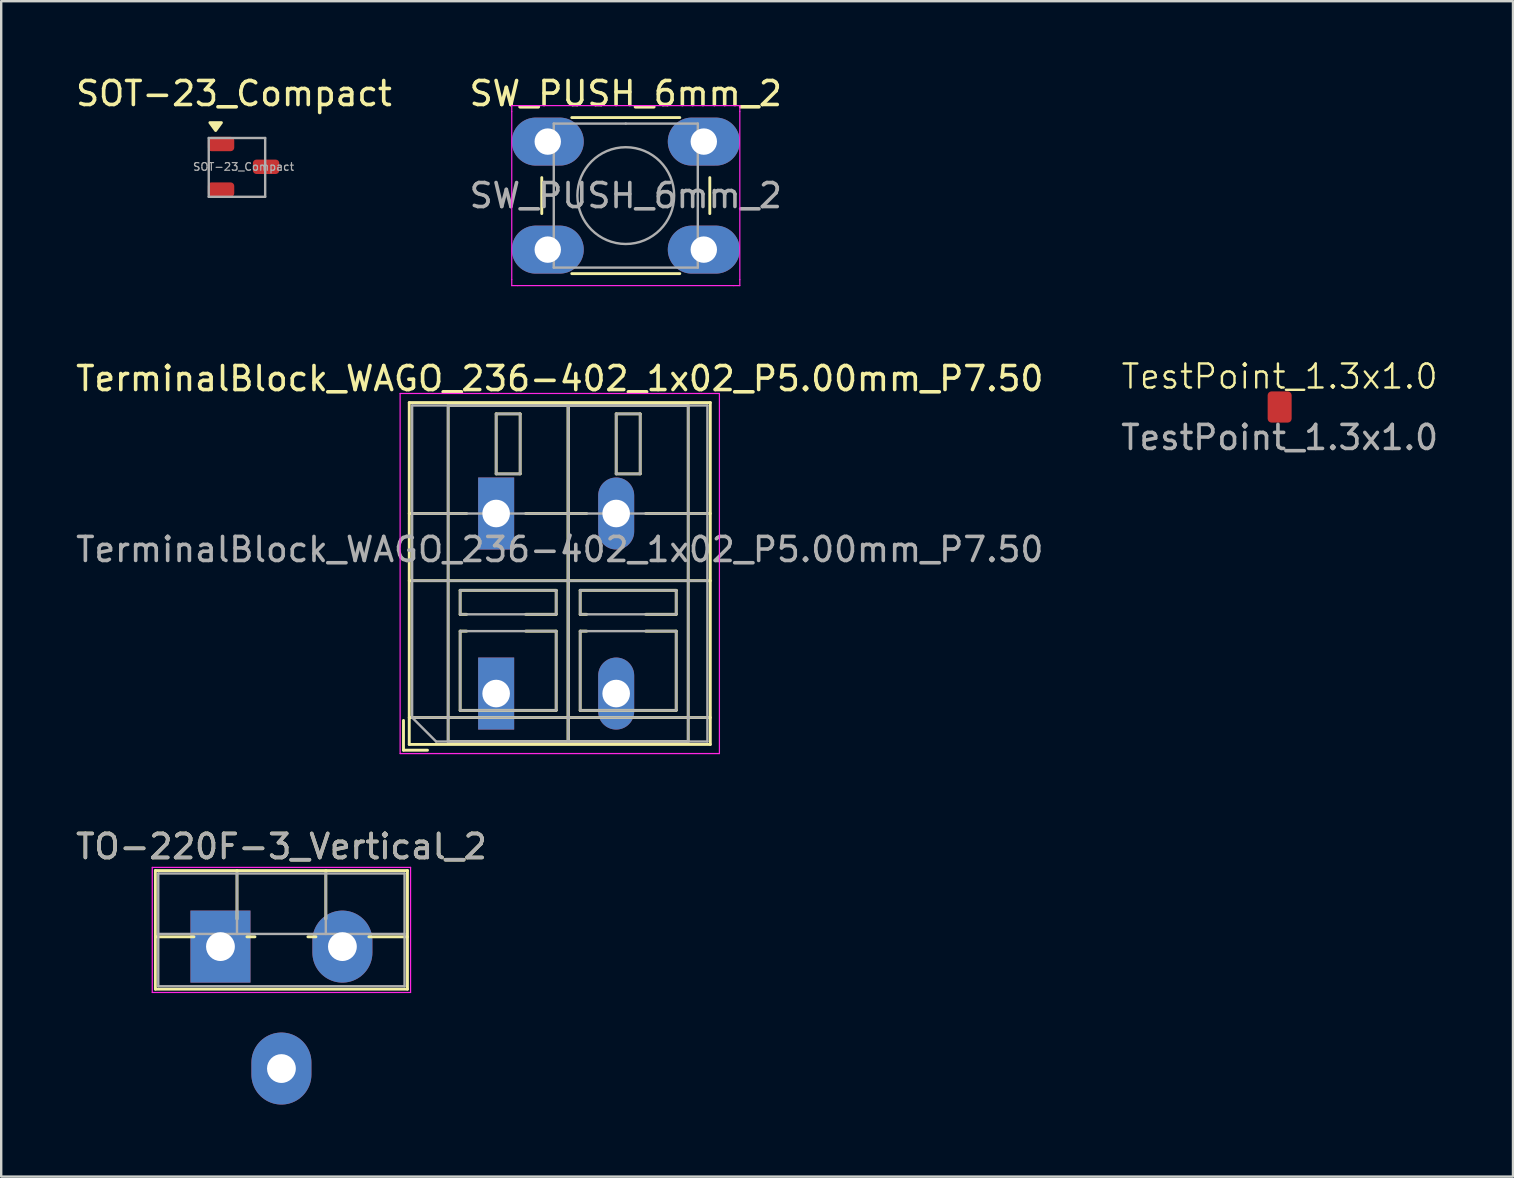
<source format=kicad_pcb>
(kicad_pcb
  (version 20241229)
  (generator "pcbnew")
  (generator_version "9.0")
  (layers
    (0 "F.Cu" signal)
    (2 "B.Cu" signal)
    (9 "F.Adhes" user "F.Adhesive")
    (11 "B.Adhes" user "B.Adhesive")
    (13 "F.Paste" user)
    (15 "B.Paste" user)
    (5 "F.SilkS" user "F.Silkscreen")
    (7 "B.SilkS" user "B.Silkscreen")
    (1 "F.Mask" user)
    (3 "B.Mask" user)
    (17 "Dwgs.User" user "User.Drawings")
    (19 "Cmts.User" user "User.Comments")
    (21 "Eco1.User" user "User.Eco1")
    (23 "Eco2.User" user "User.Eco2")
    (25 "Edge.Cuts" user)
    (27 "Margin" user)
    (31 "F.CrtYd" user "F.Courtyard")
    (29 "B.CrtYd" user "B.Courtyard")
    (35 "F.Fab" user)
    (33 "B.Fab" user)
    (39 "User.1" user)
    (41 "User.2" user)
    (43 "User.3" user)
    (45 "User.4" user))
  (footprint "TestPoint_1.3x1.0"
    (layer "F.Cu")
    (at 50.256 13.904)
    (property "Reference" "TestPoint_1.3x1.0" (at 0 -1.27 0) (unlocked yes) (layer "F.SilkS") (effects (font (size 1 1) (thickness 0.1))))
    (attr smd)
    (fp_text user "${REFERENCE}" (at 0 1.27 0) (unlocked yes) (layer "F.Fab") (effects (font (size 1 1) (thickness 0.15))))
    (pad "1" smd roundrect (at 0 0) (size 1 1.3) (layers "F.Cu" "F.Mask" "F.Paste") (roundrect_rratio 0.164)))
  (footprint "SW_PUSH_6mm_2"
    (layer "F.Cu")
    (at 19.768 2.848)
    (property "Reference" "SW_PUSH_6mm_2" (at 3.25 -2 0) (layer "F.SilkS") (effects (font (size 1 1) (thickness 0.15))))
    (attr through_hole)
    (fp_line (start -0.25 1.5) (end -0.25 3) (stroke (width 0.12) (type solid)) (layer "F.SilkS"))
    (fp_line (start 1 5.5) (end 5.5 5.5) (stroke (width 0.12) (type solid)) (layer "F.SilkS"))
    (fp_line (start 5.5 -1) (end 1 -1) (stroke (width 0.12) (type solid)) (layer "F.SilkS"))
    (fp_line (start 6.75 3) (end 6.75 1.5) (stroke (width 0.12) (type solid)) (layer "F.SilkS"))
    (fp_line (start -1.5 -1.5) (end -1.25 -1.5) (stroke (width 0.05) (type solid)) (layer "F.CrtYd"))
    (fp_line (start -1.5 -1.25) (end -1.5 -1.5) (stroke (width 0.05) (type solid)) (layer "F.CrtYd"))
    (fp_line (start -1.5 5.75) (end -1.5 -1.25) (stroke (width 0.05) (type solid)) (layer "F.CrtYd"))
    (fp_line (start -1.5 5.75) (end -1.5 6) (stroke (width 0.05) (type solid)) (layer "F.CrtYd"))
    (fp_line (start -1.5 6) (end -1.25 6) (stroke (width 0.05) (type solid)) (layer "F.CrtYd"))
    (fp_line (start -1.25 -1.5) (end 7.75 -1.5) (stroke (width 0.05) (type solid)) (layer "F.CrtYd"))
    (fp_line (start 7.75 -1.5) (end 8 -1.5) (stroke (width 0.05) (type solid)) (layer "F.CrtYd"))
    (fp_line (start 7.75 6) (end -1.25 6) (stroke (width 0.05) (type solid)) (layer "F.CrtYd"))
    (fp_line (start 7.75 6) (end 8 6) (stroke (width 0.05) (type solid)) (layer "F.CrtYd"))
    (fp_line (start 8 -1.5) (end 8 -1.25) (stroke (width 0.05) (type solid)) (layer "F.CrtYd"))
    (fp_line (start 8 -1.25) (end 8 5.75) (stroke (width 0.05) (type solid)) (layer "F.CrtYd"))
    (fp_line (start 8 6) (end 8 5.75) (stroke (width 0.05) (type solid)) (layer "F.CrtYd"))
    (fp_line (start 0.25 -0.75) (end 3.25 -0.75) (stroke (width 0.1) (type solid)) (layer "F.Fab"))
    (fp_line (start 0.25 5.25) (end 0.25 -0.75) (stroke (width 0.1) (type solid)) (layer "F.Fab"))
    (fp_line (start 3.25 -0.75) (end 6.25 -0.75) (stroke (width 0.1) (type solid)) (layer "F.Fab"))
    (fp_line (start 6.25 -0.75) (end 6.25 5.25) (stroke (width 0.1) (type solid)) (layer "F.Fab"))
    (fp_line (start 6.25 5.25) (end 0.25 5.25) (stroke (width 0.1) (type solid)) (layer "F.Fab"))
    (fp_circle (center 3.25 2.25) (end 1.25 2.5) (stroke (width 0.1) (type solid)) (fill no) (layer "F.Fab"))
    (fp_text user "${REFERENCE}" (at 3.25 2.25 0) (layer "F.Fab") (effects (font (size 1 1) (thickness 0.15))))
    (pad "1" thru_hole oval (at 0 0 90) (size 2 3) (drill 1.1) (layers "*.Cu" "*.Mask"))
    (pad "1" thru_hole oval (at 6.5 0 90) (size 2 3) (drill 1.1) (layers "*.Cu" "*.Mask"))
    (pad "2" thru_hole oval (at 0 4.5 90) (size 2 3) (drill 1.1) (layers "*.Cu" "*.Mask"))
    (pad "2" thru_hole oval (at 6.5 4.5 90) (size 2 3) (drill 1.1) (layers "*.Cu" "*.Mask")))
  (footprint "TO-220F-3_Vertical_2"
    (layer "F.Cu")
    (at 6.133 36.382)
    (property "Reference" "TO-220F-3_Vertical_2" (at 2.54 -4.168 0) (layer "F.SilkS") (effects (font (size 1 1) (thickness 0.15))))
    (attr through_hole)
    (fp_line (start -2.71 -3.168) (end -2.71 1.773) (stroke (width 0.12) (type solid)) (layer "F.SilkS"))
    (fp_line (start -2.71 -3.168) (end 7.79 -3.168) (stroke (width 0.12) (type solid)) (layer "F.SilkS"))
    (fp_line (start -2.71 -0.408) (end -1.103 -0.408) (stroke (width 0.12) (type solid)) (layer "F.SilkS"))
    (fp_line (start -2.71 1.773) (end 7.79 1.773) (stroke (width 0.12) (type solid)) (layer "F.SilkS"))
    (fp_line (start 0.69 -3.168) (end 0.69 -1.15) (stroke (width 0.12) (type solid)) (layer "F.SilkS"))
    (fp_line (start 1.103 -0.408) (end 1.438 -0.408) (stroke (width 0.12) (type solid)) (layer "F.SilkS"))
    (fp_line (start 3.643 -0.408) (end 3.978 -0.408) (stroke (width 0.12) (type solid)) (layer "F.SilkS"))
    (fp_line (start 4.391 -3.168) (end 4.391 -1.15) (stroke (width 0.12) (type solid)) (layer "F.SilkS"))
    (fp_line (start 6.183 -0.408) (end 7.79 -0.408) (stroke (width 0.12) (type solid)) (layer "F.SilkS"))
    (fp_line (start 7.79 -3.168) (end 7.79 1.773) (stroke (width 0.12) (type solid)) (layer "F.SilkS"))
    (fp_line (start -2.84 -3.3) (end -2.84 1.91) (stroke (width 0.05) (type solid)) (layer "F.CrtYd"))
    (fp_line (start -2.84 1.91) (end 7.92 1.91) (stroke (width 0.05) (type solid)) (layer "F.CrtYd"))
    (fp_line (start 7.92 -3.3) (end -2.84 -3.3) (stroke (width 0.05) (type solid)) (layer "F.CrtYd"))
    (fp_line (start 7.92 1.91) (end 7.92 -3.3) (stroke (width 0.05) (type solid)) (layer "F.CrtYd"))
    (fp_line (start -2.59 -3.047) (end -2.59 1.653) (stroke (width 0.1) (type solid)) (layer "F.Fab"))
    (fp_line (start -2.59 -0.527) (end 7.67 -0.527) (stroke (width 0.1) (type solid)) (layer "F.Fab"))
    (fp_line (start -2.59 1.653) (end 7.67 1.653) (stroke (width 0.1) (type solid)) (layer "F.Fab"))
    (fp_line (start 0.69 -3.047) (end 0.69 -0.527) (stroke (width 0.1) (type solid)) (layer "F.Fab"))
    (fp_line (start 4.39 -3.047) (end 4.39 -0.527) (stroke (width 0.1) (type solid)) (layer "F.Fab"))
    (fp_line (start 7.67 -3.047) (end -2.59 -3.047) (stroke (width 0.1) (type solid)) (layer "F.Fab"))
    (fp_line (start 7.67 1.653) (end 7.67 -3.047) (stroke (width 0.1) (type solid)) (layer "F.Fab"))
    (fp_text user "${REFERENCE}" (at 2.54 -4.168 0) (layer "F.Fab") (effects (font (size 1 1) (thickness 0.15))))
    (pad "1" thru_hole rect (at 0 0) (size 2.5 3) (drill 1.2) (layers "*.Cu" "*.Mask"))
    (pad "2" thru_hole oval (at 2.54 5.08) (size 2.5 3) (drill 1.2) (layers "*.Cu" "*.Mask"))
    (pad "3" thru_hole oval (at 5.08 0) (size 2.5 3) (drill 1.2) (layers "*.Cu" "*.Mask")))
  (footprint "TerminalBlock_WAGO_236-402_1x02_P5.00mm_P7.50"
    (layer "F.Cu")
    (at 17.618 25.841)
    (property "Reference" "TerminalBlock_WAGO_236-402_1x02_P5.00mm_P7.50" (at 2.65 -13.12 0) (layer "F.SilkS") (effects (font (size 1 1) (thickness 0.15))))
    (attr through_hole)
    (fp_line (start -3.86 1.12) (end -3.86 2.36) (stroke (width 0.12) (type solid)) (layer "F.SilkS"))
    (fp_line (start -3.86 2.36) (end -2.86 2.36) (stroke (width 0.12) (type solid)) (layer "F.SilkS"))
    (fp_line (start -3.62 -12.12) (end -3.62 2.12) (stroke (width 0.12) (type solid)) (layer "F.SilkS"))
    (fp_line (start -3.62 -12.12) (end 8.921 -12.12) (stroke (width 0.12) (type solid)) (layer "F.SilkS"))
    (fp_line (start -3.62 -7.5) (end -1.23 -7.5) (stroke (width 0.12) (type solid)) (layer "F.SilkS"))
    (fp_line (start -3.62 -4.7) (end 8.921 -4.7) (stroke (width 0.12) (type solid)) (layer "F.SilkS"))
    (fp_line (start -3.62 1) (end 8.921 1) (stroke (width 0.12) (type solid)) (layer "F.SilkS"))
    (fp_line (start -3.62 2.12) (end 8.921 2.12) (stroke (width 0.12) (type solid)) (layer "F.SilkS"))
    (fp_line (start -2 -12) (end -2 2) (stroke (width 0.12) (type solid)) (layer "F.SilkS"))
    (fp_line (start -2 -12) (end 3 -12) (stroke (width 0.12) (type solid)) (layer "F.SilkS"))
    (fp_line (start -2 2) (end 3 2) (stroke (width 0.12) (type solid)) (layer "F.SilkS"))
    (fp_line (start -1.5 -4.3) (end -1.5 -3.3) (stroke (width 0.12) (type solid)) (layer "F.SilkS"))
    (fp_line (start -1.5 -4.3) (end 2.5 -4.3) (stroke (width 0.12) (type solid)) (layer "F.SilkS"))
    (fp_line (start -1.5 -3.3) (end -1.23 -3.3) (stroke (width 0.12) (type solid)) (layer "F.SilkS"))
    (fp_line (start -1.5 -2.6) (end -1.5 0.7) (stroke (width 0.12) (type solid)) (layer "F.SilkS"))
    (fp_line (start -1.5 -2.6) (end -1.23 -2.6) (stroke (width 0.12) (type solid)) (layer "F.SilkS"))
    (fp_line (start -1.5 0.7) (end 2.5 0.7) (stroke (width 0.12) (type solid)) (layer "F.SilkS"))
    (fp_line (start 0 -11.65) (end 0 -9.151) (stroke (width 0.12) (type solid)) (layer "F.SilkS"))
    (fp_line (start 0 -11.65) (end 1 -11.65) (stroke (width 0.12) (type solid)) (layer "F.SilkS"))
    (fp_line (start 0 -9.151) (end 1 -9.151) (stroke (width 0.12) (type solid)) (layer "F.SilkS"))
    (fp_line (start 1 -11.65) (end 1 -9.151) (stroke (width 0.12) (type solid)) (layer "F.SilkS"))
    (fp_line (start 1.23 -7.5) (end 3.77 -7.5) (stroke (width 0.12) (type solid)) (layer "F.SilkS"))
    (fp_line (start 1.23 -3.3) (end 2.5 -3.3) (stroke (width 0.12) (type solid)) (layer "F.SilkS"))
    (fp_line (start 1.23 -2.6) (end 2.5 -2.6) (stroke (width 0.12) (type solid)) (layer "F.SilkS"))
    (fp_line (start 2.5 -4.3) (end 2.5 -3.3) (stroke (width 0.12) (type solid)) (layer "F.SilkS"))
    (fp_line (start 2.5 -2.6) (end 2.5 0.7) (stroke (width 0.12) (type solid)) (layer "F.SilkS"))
    (fp_line (start 3 -12) (end 3 2) (stroke (width 0.12) (type solid)) (layer "F.SilkS"))
    (fp_line (start 3 -12) (end 3 2) (stroke (width 0.12) (type solid)) (layer "F.SilkS"))
    (fp_line (start 3 -12) (end 8 -12) (stroke (width 0.12) (type solid)) (layer "F.SilkS"))
    (fp_line (start 3 2) (end 8 2) (stroke (width 0.12) (type solid)) (layer "F.SilkS"))
    (fp_line (start 3.5 -4.3) (end 3.5 -3.3) (stroke (width 0.12) (type solid)) (layer "F.SilkS"))
    (fp_line (start 3.5 -4.3) (end 7.5 -4.3) (stroke (width 0.12) (type solid)) (layer "F.SilkS"))
    (fp_line (start 3.5 -3.3) (end 3.77 -3.3) (stroke (width 0.12) (type solid)) (layer "F.SilkS"))
    (fp_line (start 3.5 -2.6) (end 3.5 0.7) (stroke (width 0.12) (type solid)) (layer "F.SilkS"))
    (fp_line (start 3.5 -2.6) (end 3.77 -2.6) (stroke (width 0.12) (type solid)) (layer "F.SilkS"))
    (fp_line (start 3.5 0.7) (end 7.5 0.7) (stroke (width 0.12) (type solid)) (layer "F.SilkS"))
    (fp_line (start 5 -11.65) (end 5 -9.151) (stroke (width 0.12) (type solid)) (layer "F.SilkS"))
    (fp_line (start 5 -11.65) (end 6 -11.65) (stroke (width 0.12) (type solid)) (layer "F.SilkS"))
    (fp_line (start 5 -9.151) (end 6 -9.151) (stroke (width 0.12) (type solid)) (layer "F.SilkS"))
    (fp_line (start 6 -11.65) (end 6 -9.151) (stroke (width 0.12) (type solid)) (layer "F.SilkS"))
    (fp_line (start 6.23 -7.5) (end 8.921 -7.5) (stroke (width 0.12) (type solid)) (layer "F.SilkS"))
    (fp_line (start 6.23 -3.3) (end 7.5 -3.3) (stroke (width 0.12) (type solid)) (layer "F.SilkS"))
    (fp_line (start 6.23 -2.6) (end 7.5 -2.6) (stroke (width 0.12) (type solid)) (layer "F.SilkS"))
    (fp_line (start 7.5 -4.3) (end 7.5 -3.3) (stroke (width 0.12) (type solid)) (layer "F.SilkS"))
    (fp_line (start 7.5 -2.6) (end 7.5 0.7) (stroke (width 0.12) (type solid)) (layer "F.SilkS"))
    (fp_line (start 8 -12) (end 8 2) (stroke (width 0.12) (type solid)) (layer "F.SilkS"))
    (fp_line (start 8.921 -12.12) (end 8.921 2.12) (stroke (width 0.12) (type solid)) (layer "F.SilkS"))
    (fp_line (start -4 -12.5) (end -4 2.5) (stroke (width 0.05) (type solid)) (layer "F.CrtYd"))
    (fp_line (start -4 2.5) (end 9.3 2.5) (stroke (width 0.05) (type solid)) (layer "F.CrtYd"))
    (fp_line (start 9.3 -12.5) (end -4 -12.5) (stroke (width 0.05) (type solid)) (layer "F.CrtYd"))
    (fp_line (start 9.3 2.5) (end 9.3 -12.5) (stroke (width 0.05) (type solid)) (layer "F.CrtYd"))
    (fp_line (start -3.5 -12) (end 8.8 -12) (stroke (width 0.1) (type solid)) (layer "F.Fab"))
    (fp_line (start -3.5 -7.5) (end 8.8 -7.5) (stroke (width 0.1) (type solid)) (layer "F.Fab"))
    (fp_line (start -3.5 -4.7) (end 8.8 -4.7) (stroke (width 0.1) (type solid)) (layer "F.Fab"))
    (fp_line (start -3.5 1) (end -3.5 -12) (stroke (width 0.1) (type solid)) (layer "F.Fab"))
    (fp_line (start -3.5 1) (end 8.8 1) (stroke (width 0.1) (type solid)) (layer "F.Fab"))
    (fp_line (start -2.5 2) (end -3.5 1) (stroke (width 0.1) (type solid)) (layer "F.Fab"))
    (fp_line (start -2 -12) (end -2 2) (stroke (width 0.1) (type solid)) (layer "F.Fab"))
    (fp_line (start -2 2) (end 3 2) (stroke (width 0.1) (type solid)) (layer "F.Fab"))
    (fp_line (start -1.5 -4.3) (end -1.5 -3.3) (stroke (width 0.1) (type solid)) (layer "F.Fab"))
    (fp_line (start -1.5 -3.3) (end 2.5 -3.3) (stroke (width 0.1) (type solid)) (layer "F.Fab"))
    (fp_line (start -1.5 -2.6) (end -1.5 0.7) (stroke (width 0.1) (type solid)) (layer "F.Fab"))
    (fp_line (start -1.5 0.7) (end 2.5 0.7) (stroke (width 0.1) (type solid)) (layer "F.Fab"))
    (fp_line (start 0 -11.65) (end 0 -9.15) (stroke (width 0.1) (type solid)) (layer "F.Fab"))
    (fp_line (start 0 -9.15) (end 1 -9.15) (stroke (width 0.1) (type solid)) (layer "F.Fab"))
    (fp_line (start 1 -11.65) (end 0 -11.65) (stroke (width 0.1) (type solid)) (layer "F.Fab"))
    (fp_line (start 1 -9.15) (end 1 -11.65) (stroke (width 0.1) (type solid)) (layer "F.Fab"))
    (fp_line (start 2.5 -4.3) (end -1.5 -4.3) (stroke (width 0.1) (type solid)) (layer "F.Fab"))
    (fp_line (start 2.5 -3.3) (end 2.5 -4.3) (stroke (width 0.1) (type solid)) (layer "F.Fab"))
    (fp_line (start 2.5 -2.6) (end -1.5 -2.6) (stroke (width 0.1) (type solid)) (layer "F.Fab"))
    (fp_line (start 2.5 0.7) (end 2.5 -2.6) (stroke (width 0.1) (type solid)) (layer "F.Fab"))
    (fp_line (start 3 -12) (end -2 -12) (stroke (width 0.1) (type solid)) (layer "F.Fab"))
    (fp_line (start 3 -12) (end 3 2) (stroke (width 0.1) (type solid)) (layer "F.Fab"))
    (fp_line (start 3 2) (end 3 -12) (stroke (width 0.1) (type solid)) (layer "F.Fab"))
    (fp_line (start 3 2) (end 8 2) (stroke (width 0.1) (type solid)) (layer "F.Fab"))
    (fp_line (start 3.5 -4.3) (end 3.5 -3.3) (stroke (width 0.1) (type solid)) (layer "F.Fab"))
    (fp_line (start 3.5 -3.3) (end 7.5 -3.3) (stroke (width 0.1) (type solid)) (layer "F.Fab"))
    (fp_line (start 3.5 -2.6) (end 3.5 0.7) (stroke (width 0.1) (type solid)) (layer "F.Fab"))
    (fp_line (start 3.5 0.7) (end 7.5 0.7) (stroke (width 0.1) (type solid)) (layer "F.Fab"))
    (fp_line (start 5 -11.65) (end 5 -9.15) (stroke (width 0.1) (type solid)) (layer "F.Fab"))
    (fp_line (start 5 -9.15) (end 6 -9.15) (stroke (width 0.1) (type solid)) (layer "F.Fab"))
    (fp_line (start 6 -11.65) (end 5 -11.65) (stroke (width 0.1) (type solid)) (layer "F.Fab"))
    (fp_line (start 6 -9.15) (end 6 -11.65) (stroke (width 0.1) (type solid)) (layer "F.Fab"))
    (fp_line (start 7.5 -4.3) (end 3.5 -4.3) (stroke (width 0.1) (type solid)) (layer "F.Fab"))
    (fp_line (start 7.5 -3.3) (end 7.5 -4.3) (stroke (width 0.1) (type solid)) (layer "F.Fab"))
    (fp_line (start 7.5 -2.6) (end 3.5 -2.6) (stroke (width 0.1) (type solid)) (layer "F.Fab"))
    (fp_line (start 7.5 0.7) (end 7.5 -2.6) (stroke (width 0.1) (type solid)) (layer "F.Fab"))
    (fp_line (start 8 -12) (end 3 -12) (stroke (width 0.1) (type solid)) (layer "F.Fab"))
    (fp_line (start 8 2) (end 8 -12) (stroke (width 0.1) (type solid)) (layer "F.Fab"))
    (fp_line (start 8.8 -12) (end 8.8 2) (stroke (width 0.1) (type solid)) (layer "F.Fab"))
    (fp_line (start 8.8 2) (end -2.5 2) (stroke (width 0.1) (type solid)) (layer "F.Fab"))
    (fp_text user "${REFERENCE}" (at 2.65 -6 0) (layer "F.Fab") (effects (font (size 1 1) (thickness 0.15))))
    (pad "1" thru_hole rect (at 0 -7.5) (size 1.5 3) (drill 1.15) (layers "*.Cu" "*.Mask"))
    (pad "1" thru_hole rect (at 0 0) (size 1.5 3) (drill 1.15) (layers "*.Cu" "*.Mask"))
    (pad "2" thru_hole oval (at 5 -7.5) (size 1.5 3) (drill 1.15) (layers "*.Cu" "*.Mask"))
    (pad "2" thru_hole oval (at 5 0) (size 1.5 3) (drill 1.15) (layers "*.Cu" "*.Mask")))
  (footprint "SOT-23_Compact"
    (layer "F.Cu")
    (at 7.096 3.898)
    (property "Reference" "SOT-23_Compact" (at -0.4 -3.05 0) (layer "F.SilkS") (effects (font (size 1 1) (thickness 0.15))))
    (attr smd)
    (fp_poly (pts (xy -1.163 -1.51) (xy -1.403 -1.84) (xy -0.922 -1.84) (xy -1.163 -1.51)) (stroke (width 0.12) (type solid)) (fill yes) (layer "F.SilkS"))
    (fp_line (start -1.45 -1.2) (end 0.9 -1.2) (stroke (width 0.1) (type solid)) (layer "F.Fab"))
    (fp_line (start -1.45 1.25) (end -1.45 -1.2) (stroke (width 0.1) (type solid)) (layer "F.Fab"))
    (fp_line (start 0.9 -1.2) (end 0.9 1.25) (stroke (width 0.1) (type solid)) (layer "F.Fab"))
    (fp_line (start 0.9 1.25) (end -1.45 1.25) (stroke (width 0.1) (type solid)) (layer "F.Fab"))
    (fp_text user "${REFERENCE}" (at 0 0 0) (layer "F.Fab") (effects (font (size 0.32 0.32) (thickness 0.05))))
    (pad "1" smd roundrect (at -0.938 -0.95) (size 1.1 0.6) (layers "F.Cu" "F.Mask" "F.Paste") (roundrect_rratio 0.25))
    (pad "2" smd roundrect (at -0.938 0.95) (size 1.1 0.6) (layers "F.Cu" "F.Mask" "F.Paste") (roundrect_rratio 0.25))
    (pad "3" smd roundrect (at 0.938 0) (size 1.1 0.6) (layers "F.Cu" "F.Mask" "F.Paste") (roundrect_rratio 0.25)))
  (gr_rect
    (start -3 -3)
    (end 59.976 45.962)
    (stroke (width 0.1) (type default))
    (fill no)
    (layer "Edge.Cuts")))
</source>
